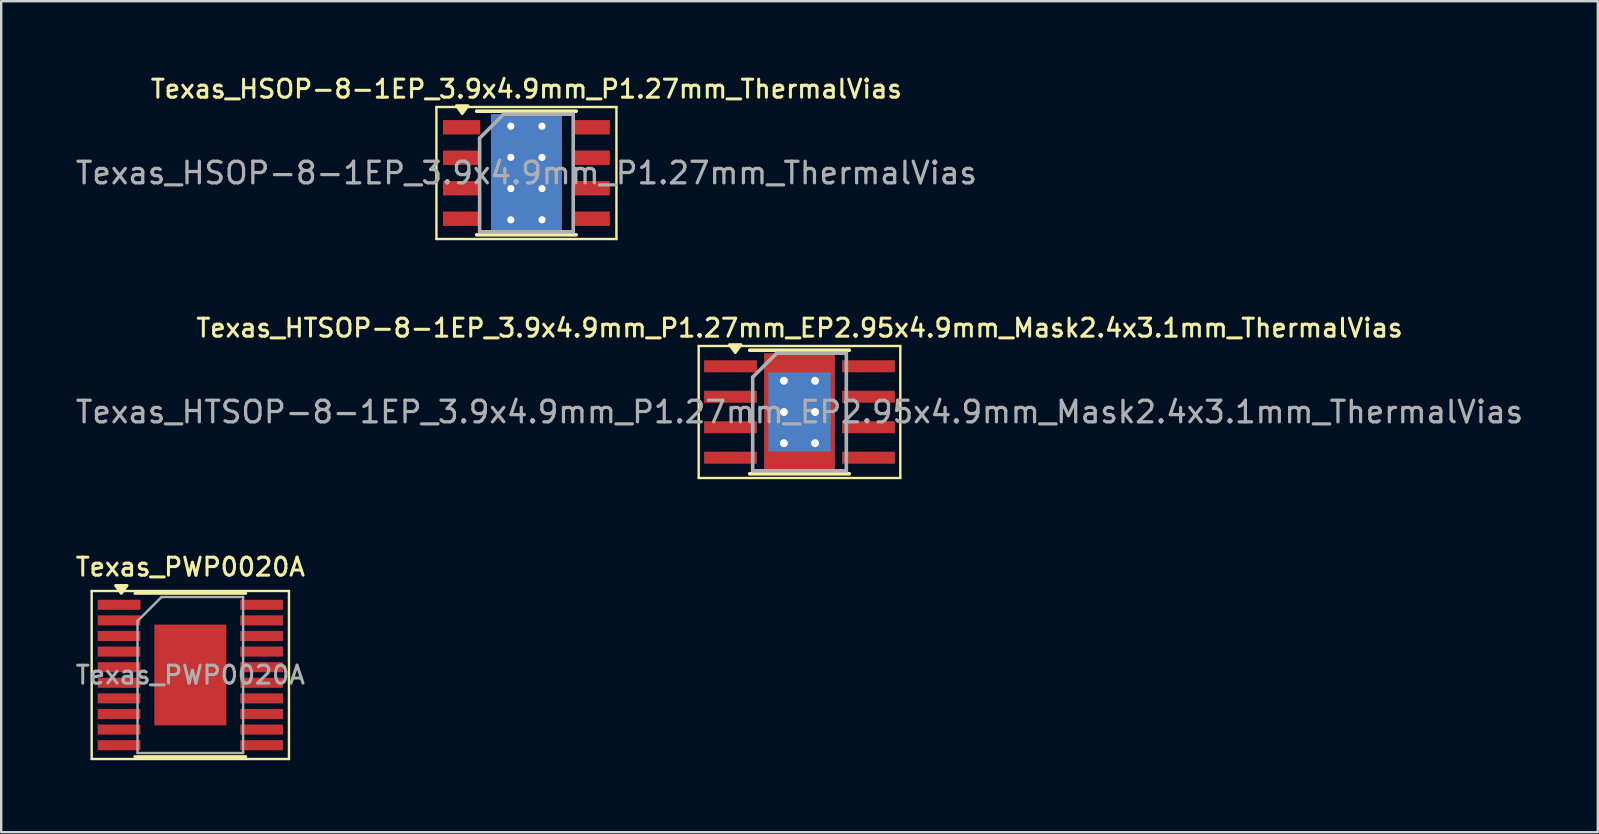
<source format=kicad_pcb>
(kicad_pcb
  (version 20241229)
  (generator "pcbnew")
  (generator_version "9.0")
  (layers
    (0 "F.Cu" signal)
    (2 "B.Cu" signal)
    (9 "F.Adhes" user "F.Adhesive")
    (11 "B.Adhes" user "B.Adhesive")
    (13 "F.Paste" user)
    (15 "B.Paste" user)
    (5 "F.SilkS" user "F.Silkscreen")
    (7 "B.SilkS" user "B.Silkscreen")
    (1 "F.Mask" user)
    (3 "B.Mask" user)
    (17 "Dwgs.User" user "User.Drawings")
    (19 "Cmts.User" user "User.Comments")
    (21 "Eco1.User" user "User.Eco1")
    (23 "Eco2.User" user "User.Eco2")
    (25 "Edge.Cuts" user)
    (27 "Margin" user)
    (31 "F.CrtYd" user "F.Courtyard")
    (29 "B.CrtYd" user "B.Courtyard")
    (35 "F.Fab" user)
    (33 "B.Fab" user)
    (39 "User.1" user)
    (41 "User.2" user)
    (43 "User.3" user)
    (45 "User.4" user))
  (footprint "Texas_HSOP-8-1EP_3.9x4.9mm_P1.27mm_ThermalVias"
    (layer "F.Cu")
    (at 18.884 4.158)
    (property "Reference" "Texas_HSOP-8-1EP_3.9x4.9mm_P1.27mm_ThermalVias" (at 0 -3.5 0) (layer "F.SilkS") (effects (font (size 0.75 0.75) (thickness 0.125))))
    (attr smd)
    (fp_line (start -3.75 -2.75) (end -3.75 2.75) (stroke (width 0.1) (type solid)) (layer "F.SilkS"))
    (fp_line (start -3.75 -2.75) (end 3.75 -2.75) (stroke (width 0.1) (type solid)) (layer "F.SilkS"))
    (fp_line (start -3.75 2.75) (end 3.75 2.75) (stroke (width 0.1) (type solid)) (layer "F.SilkS"))
    (fp_line (start -2.075 -2.575) (end 2.075 -2.575) (stroke (width 0.15) (type solid)) (layer "F.SilkS"))
    (fp_line (start -2.075 2.575) (end 2.075 2.575) (stroke (width 0.15) (type solid)) (layer "F.SilkS"))
    (fp_line (start 3.75 -2.75) (end 3.75 2.75) (stroke (width 0.1) (type solid)) (layer "F.SilkS"))
    (fp_poly (pts (xy -2.675 -2.475) (xy -2.915 -2.805) (xy -2.435 -2.805) (xy -2.675 -2.475)) (stroke (width 0.12) (type solid)) (fill yes) (layer "F.SilkS"))
    (fp_line (start -1.95 -1.45) (end -0.95 -2.45) (stroke (width 0.15) (type solid)) (layer "F.Fab"))
    (fp_line (start -1.95 2.45) (end -1.95 -1.45) (stroke (width 0.15) (type solid)) (layer "F.Fab"))
    (fp_line (start -0.95 -2.45) (end 1.95 -2.45) (stroke (width 0.15) (type solid)) (layer "F.Fab"))
    (fp_line (start 1.95 -2.45) (end 1.95 2.45) (stroke (width 0.15) (type solid)) (layer "F.Fab"))
    (fp_line (start 1.95 2.45) (end -1.95 2.45) (stroke (width 0.15) (type solid)) (layer "F.Fab"))
    (fp_text user "${REFERENCE}" (at 0 0 0) (layer "F.Fab") (effects (font (size 0.9 0.9) (thickness 0.135))))
    (pad "" smd rect (at 0 0) (size 2.6 3.1) (layers "F.Mask"))
    (pad "" smd rect (at 0 0) (size 2.6 3.1) (layers "F.Paste"))
    (pad "1" smd rect (at -2.7 -1.905) (size 1.55 0.6) (layers "F.Cu" "F.Mask" "F.Paste"))
    (pad "2" smd rect (at -2.7 -0.635) (size 1.55 0.6) (layers "F.Cu" "F.Mask" "F.Paste"))
    (pad "3" smd rect (at -2.7 0.635) (size 1.55 0.6) (layers "F.Cu" "F.Mask" "F.Paste"))
    (pad "4" smd rect (at -2.7 1.905) (size 1.55 0.6) (layers "F.Cu" "F.Mask" "F.Paste"))
    (pad "5" smd rect (at 2.7 1.905) (size 1.55 0.6) (layers "F.Cu" "F.Mask" "F.Paste"))
    (pad "6" smd rect (at 2.7 0.635) (size 1.55 0.6) (layers "F.Cu" "F.Mask" "F.Paste"))
    (pad "7" smd rect (at 2.7 -0.635) (size 1.55 0.6) (layers "F.Cu" "F.Mask" "F.Paste"))
    (pad "8" smd rect (at 2.7 -1.905) (size 1.55 0.6) (layers "F.Cu" "F.Mask" "F.Paste"))
    (pad "9" thru_hole circle (at -0.65 -1.95) (size 0.6 0.6) (drill 0.3) (layers "*.Cu"))
    (pad "9" thru_hole circle (at -0.65 -0.65) (size 0.6 0.6) (drill 0.3) (layers "*.Cu"))
    (pad "9" thru_hole circle (at -0.65 0.65) (size 0.6 0.6) (drill 0.3) (layers "*.Cu"))
    (pad "9" thru_hole circle (at -0.65 1.95) (size 0.6 0.6) (drill 0.3) (layers "*.Cu"))
    (pad "9" smd rect (at 0 0) (size 2.95 4.9) (layers "F.Cu"))
    (pad "9" smd rect (at 0 0) (size 2.95 4.9) (layers "B.Cu"))
    (pad "9" thru_hole circle (at 0.65 -1.95) (size 0.6 0.6) (drill 0.3) (layers "*.Cu"))
    (pad "9" thru_hole circle (at 0.65 -0.65) (size 0.6 0.6) (drill 0.3) (layers "*.Cu"))
    (pad "9" thru_hole circle (at 0.65 0.65) (size 0.6 0.6) (drill 0.3) (layers "*.Cu"))
    (pad "9" thru_hole circle (at 0.65 1.95) (size 0.6 0.6) (drill 0.3) (layers "*.Cu")))
  (footprint "Texas_PWP0020A"
    (layer "F.Cu")
    (at 4.88 25.074)
    (property "Reference" "Texas_PWP0020A" (at 0 -4.5 0) (layer "F.SilkS") (effects (font (size 0.75 0.75) (thickness 0.125))))
    (attr smd)
    (fp_line (start -4.11 -3.5) (end -4.11 3.5) (stroke (width 0.1) (type solid)) (layer "F.SilkS"))
    (fp_line (start -4.11 3.5) (end 4.11 3.5) (stroke (width 0.1) (type solid)) (layer "F.SilkS"))
    (fp_line (start 2.31 -3.4) (end -2.31 -3.4) (stroke (width 0.12) (type solid)) (layer "F.SilkS"))
    (fp_line (start 2.31 3.4) (end -2.31 3.4) (stroke (width 0.12) (type solid)) (layer "F.SilkS"))
    (fp_line (start 4.11 -3.5) (end -4.11 -3.5) (stroke (width 0.1) (type solid)) (layer "F.SilkS"))
    (fp_line (start 4.11 3.5) (end 4.11 -3.5) (stroke (width 0.1) (type solid)) (layer "F.SilkS"))
    (fp_poly (pts (xy -2.875 -3.4) (xy -3.115 -3.73) (xy -2.635 -3.73) (xy -2.875 -3.4)) (stroke (width 0.12) (type solid)) (fill yes) (layer "F.SilkS"))
    (fp_line (start -2.2 -2.25) (end -2.2 3.25) (stroke (width 0.1) (type solid)) (layer "F.Fab"))
    (fp_line (start -2.2 3.25) (end 2.2 3.25) (stroke (width 0.1) (type solid)) (layer "F.Fab"))
    (fp_line (start -1.2 -3.25) (end -2.2 -2.25) (stroke (width 0.1) (type solid)) (layer "F.Fab"))
    (fp_line (start 2.2 -3.25) (end -1.2 -3.25) (stroke (width 0.1) (type solid)) (layer "F.Fab"))
    (fp_line (start 2.2 3.25) (end 2.2 -3.25) (stroke (width 0.1) (type solid)) (layer "F.Fab"))
    (fp_text user "${REFERENCE}" (at 0 0 0) (layer "F.Fab") (effects (font (size 0.75 0.75) (thickness 0.125))))
    (pad "" smd rect (at -0.713 -1.012) (size 1.275 1.875) (layers "F.Paste"))
    (pad "" smd rect (at -0.713 1.012) (size 1.275 1.875) (layers "F.Paste"))
    (pad "" smd rect (at 0.713 -1.012) (size 1.275 1.875) (layers "F.Paste"))
    (pad "" smd rect (at 0.713 1.012) (size 1.275 1.875) (layers "F.Paste"))
    (pad "1" smd rect (at -2.97 -2.925) (size 1.78 0.42) (layers "F.Cu" "F.Mask" "F.Paste"))
    (pad "2" smd rect (at -2.97 -2.275) (size 1.78 0.42) (layers "F.Cu" "F.Mask" "F.Paste"))
    (pad "3" smd rect (at -2.97 -1.625) (size 1.78 0.42) (layers "F.Cu" "F.Mask" "F.Paste"))
    (pad "4" smd rect (at -2.97 -0.975) (size 1.78 0.42) (layers "F.Cu" "F.Mask" "F.Paste"))
    (pad "5" smd rect (at -2.97 -0.325) (size 1.78 0.42) (layers "F.Cu" "F.Mask" "F.Paste"))
    (pad "6" smd rect (at -2.97 0.325) (size 1.78 0.42) (layers "F.Cu" "F.Mask" "F.Paste"))
    (pad "7" smd rect (at -2.97 0.975) (size 1.78 0.42) (layers "F.Cu" "F.Mask" "F.Paste"))
    (pad "8" smd rect (at -2.97 1.625) (size 1.78 0.42) (layers "F.Cu" "F.Mask" "F.Paste"))
    (pad "9" smd rect (at -2.97 2.275) (size 1.78 0.42) (layers "F.Cu" "F.Mask" "F.Paste"))
    (pad "10" smd rect (at -2.97 2.925) (size 1.78 0.42) (layers "F.Cu" "F.Mask" "F.Paste"))
    (pad "11" smd rect (at 2.97 2.925) (size 1.78 0.42) (layers "F.Cu" "F.Mask" "F.Paste"))
    (pad "12" smd rect (at 2.97 2.275) (size 1.78 0.42) (layers "F.Cu" "F.Mask" "F.Paste"))
    (pad "13" smd rect (at 2.97 1.625) (size 1.78 0.42) (layers "F.Cu" "F.Mask" "F.Paste"))
    (pad "14" smd rect (at 2.97 0.975) (size 1.78 0.42) (layers "F.Cu" "F.Mask" "F.Paste"))
    (pad "15" smd rect (at 2.97 0.325) (size 1.78 0.42) (layers "F.Cu" "F.Mask" "F.Paste"))
    (pad "16" smd rect (at 2.97 -0.325) (size 1.78 0.42) (layers "F.Cu" "F.Mask" "F.Paste"))
    (pad "17" smd rect (at 2.97 -0.975) (size 1.78 0.42) (layers "F.Cu" "F.Mask" "F.Paste"))
    (pad "18" smd rect (at 2.97 -1.625) (size 1.78 0.42) (layers "F.Cu" "F.Mask" "F.Paste"))
    (pad "19" smd rect (at 2.97 -2.275) (size 1.78 0.42) (layers "F.Cu" "F.Mask" "F.Paste"))
    (pad "20" smd rect (at 2.97 -2.925) (size 1.78 0.42) (layers "F.Cu" "F.Mask" "F.Paste"))
    (pad "21" smd rect (at 0 0) (size 3 4.2) (layers "F.Cu" "F.Mask")))
  (footprint "Texas_HTSOP-8-1EP_3.9x4.9mm_P1.27mm_EP2.95x4.9mm_Mask2.4x3.1mm_ThermalVias"
    (layer "F.Cu")
    (at 30.262 14.116)
    (property "Reference" "Texas_HTSOP-8-1EP_3.9x4.9mm_P1.27mm_EP2.95x4.9mm_Mask2.4x3.1mm_ThermalVias" (at 0 -3.5 0) (layer "F.SilkS") (effects (font (size 0.75 0.75) (thickness 0.125))))
    (attr smd)
    (fp_line (start -4.2 -2.75) (end -4.2 2.75) (stroke (width 0.1) (type solid)) (layer "F.SilkS"))
    (fp_line (start -4.2 -2.75) (end 4.2 -2.75) (stroke (width 0.1) (type solid)) (layer "F.SilkS"))
    (fp_line (start -4.2 2.75) (end 4.2 2.75) (stroke (width 0.1) (type solid)) (layer "F.SilkS"))
    (fp_line (start -2.075 -2.575) (end 2.075 -2.575) (stroke (width 0.15) (type solid)) (layer "F.SilkS"))
    (fp_line (start -2.075 2.575) (end 2.075 2.575) (stroke (width 0.15) (type solid)) (layer "F.SilkS"))
    (fp_line (start 4.2 -2.75) (end 4.2 2.75) (stroke (width 0.1) (type solid)) (layer "F.SilkS"))
    (fp_poly (pts (xy -2.675 -2.475) (xy -2.915 -2.805) (xy -2.435 -2.805) (xy -2.675 -2.475)) (stroke (width 0.12) (type solid)) (fill yes) (layer "F.SilkS"))
    (fp_line (start -1.95 -1.45) (end -0.95 -2.45) (stroke (width 0.15) (type solid)) (layer "F.Fab"))
    (fp_line (start -1.95 2.45) (end -1.95 -1.45) (stroke (width 0.15) (type solid)) (layer "F.Fab"))
    (fp_line (start -0.95 -2.45) (end 1.95 -2.45) (stroke (width 0.15) (type solid)) (layer "F.Fab"))
    (fp_line (start 1.95 -2.45) (end 1.95 2.45) (stroke (width 0.15) (type solid)) (layer "F.Fab"))
    (fp_line (start 1.95 2.45) (end -1.95 2.45) (stroke (width 0.15) (type solid)) (layer "F.Fab"))
    (fp_text user "${REFERENCE}" (at 0 0 0) (layer "F.Fab") (effects (font (size 0.9 0.9) (thickness 0.135))))
    (pad "" smd rect (at 0 0) (size 2.4 3.1) (layers "F.Mask"))
    (pad "" smd rect (at 0 0) (size 2.4 3.1) (layers "F.Paste"))
    (pad "1" smd rect (at -2.875 -1.905) (size 2.2 0.5) (layers "F.Cu" "F.Mask" "F.Paste"))
    (pad "2" smd rect (at -2.875 -0.635) (size 2.2 0.5) (layers "F.Cu" "F.Mask" "F.Paste"))
    (pad "3" smd rect (at -2.875 0.635) (size 2.2 0.5) (layers "F.Cu" "F.Mask" "F.Paste"))
    (pad "4" smd rect (at -2.875 1.905) (size 2.2 0.5) (layers "F.Cu" "F.Mask" "F.Paste"))
    (pad "5" smd rect (at 2.875 1.905) (size 2.2 0.5) (layers "F.Cu" "F.Mask" "F.Paste"))
    (pad "6" smd rect (at 2.875 0.635) (size 2.2 0.5) (layers "F.Cu" "F.Mask" "F.Paste"))
    (pad "7" smd rect (at 2.875 -0.635) (size 2.2 0.5) (layers "F.Cu" "F.Mask" "F.Paste"))
    (pad "8" smd rect (at 2.875 -1.905) (size 2.2 0.5) (layers "F.Cu" "F.Mask" "F.Paste"))
    (pad "9" thru_hole circle (at -0.65 -1.3) (size 0.63 0.63) (drill 0.33) (layers "*.Cu" "*.Mask"))
    (pad "9" thru_hole circle (at -0.65 0) (size 0.63 0.63) (drill 0.33) (layers "*.Cu" "*.Mask"))
    (pad "9" thru_hole circle (at -0.65 1.3) (size 0.63 0.63) (drill 0.33) (layers "*.Cu" "*.Mask"))
    (pad "9" smd rect (at 0 0) (size 2.6 3.3) (layers "B.Cu"))
    (pad "9" smd rect (at 0 0) (size 2.95 4.9) (layers "F.Cu"))
    (pad "9" thru_hole circle (at 0.65 -1.3) (size 0.63 0.63) (drill 0.33) (layers "*.Cu" "*.Mask"))
    (pad "9" thru_hole circle (at 0.65 0) (size 0.63 0.63) (drill 0.33) (layers "*.Cu" "*.Mask"))
    (pad "9" thru_hole circle (at 0.65 1.3) (size 0.63 0.63) (drill 0.33) (layers "*.Cu" "*.Mask")))
  (gr_rect
    (start -3 -3)
    (end 63.525 31.624)
    (stroke (width 0.1) (type default))
    (fill no)
    (layer "Edge.Cuts")))
</source>
